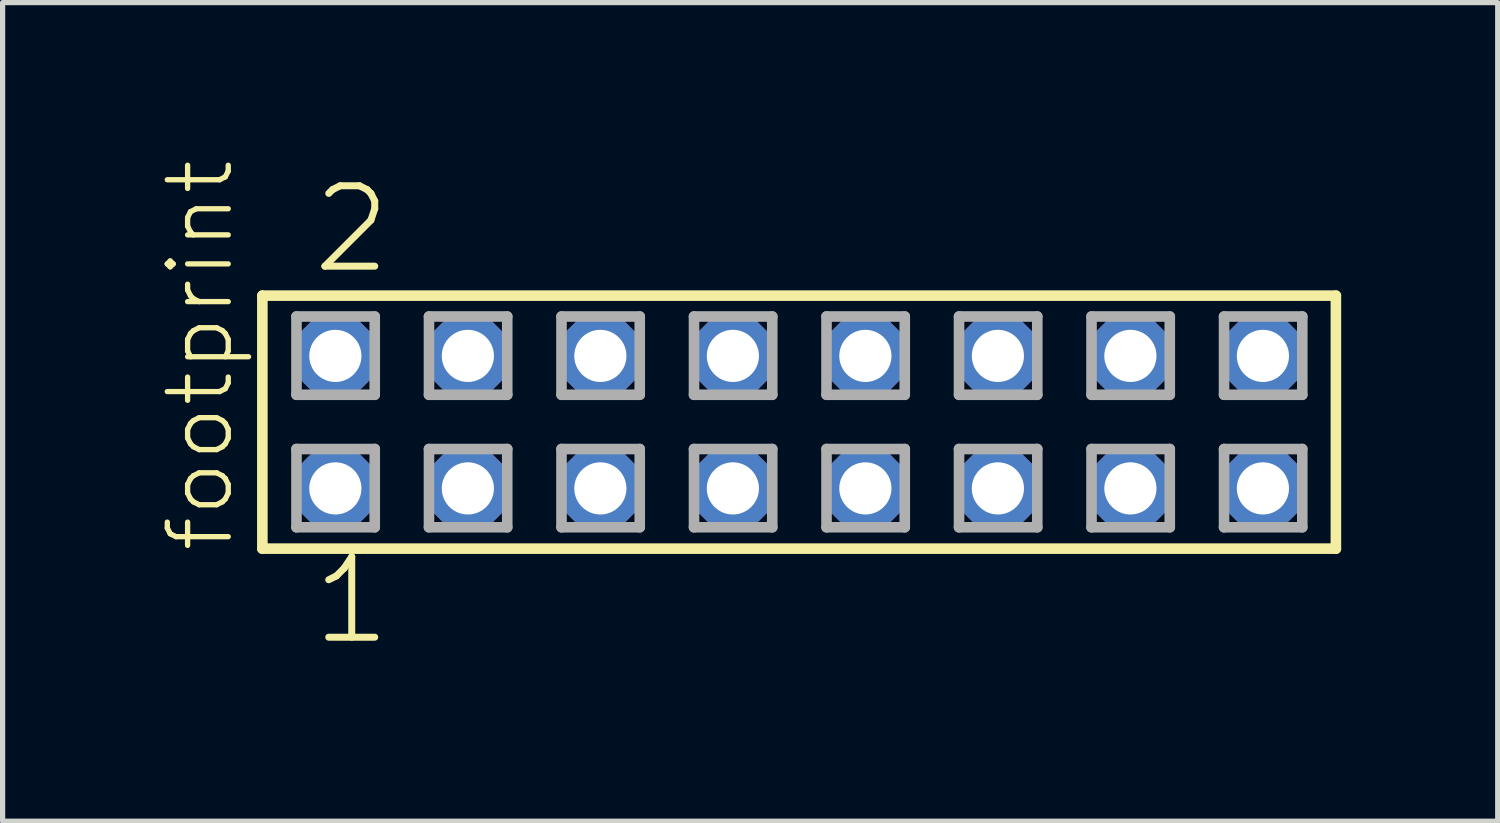
<source format=kicad_pcb>
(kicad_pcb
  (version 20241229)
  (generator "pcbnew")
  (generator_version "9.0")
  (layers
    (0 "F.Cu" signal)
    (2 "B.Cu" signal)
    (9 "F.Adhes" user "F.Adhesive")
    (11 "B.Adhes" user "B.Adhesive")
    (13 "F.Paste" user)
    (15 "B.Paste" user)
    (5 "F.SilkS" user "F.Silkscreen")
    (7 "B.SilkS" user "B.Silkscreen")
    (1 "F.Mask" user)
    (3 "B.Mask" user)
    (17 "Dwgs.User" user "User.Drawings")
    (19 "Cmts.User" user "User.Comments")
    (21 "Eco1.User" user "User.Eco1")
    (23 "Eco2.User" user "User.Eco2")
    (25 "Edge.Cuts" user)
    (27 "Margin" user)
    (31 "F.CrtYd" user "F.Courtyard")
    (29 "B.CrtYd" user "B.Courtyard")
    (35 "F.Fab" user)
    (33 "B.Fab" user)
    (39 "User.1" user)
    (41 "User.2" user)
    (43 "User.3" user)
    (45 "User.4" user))
  (footprint "footprint"
    (layer "F.Cu")
    (at 12.268 5.042)
    (property "Reference" "footprint" (at -10.795 2.54 90) (layer "F.SilkS") (effects (font (size 1.168 1.168) (thickness 0.102)) (justify left bottom)))
    (fp_line (start -10.289 -2.425) (end 10.289 -2.425) (stroke (width 0.203) (type solid)) (layer "F.SilkS"))
    (fp_line (start -10.289 2.425) (end -10.289 -2.425) (stroke (width 0.203) (type solid)) (layer "F.SilkS"))
    (fp_line (start 10.289 -2.425) (end 10.289 2.425) (stroke (width 0.203) (type solid)) (layer "F.SilkS"))
    (fp_line (start 10.289 2.425) (end -10.289 2.425) (stroke (width 0.203) (type solid)) (layer "F.SilkS"))
    (fp_line (start -9.635 -2.025) (end -8.135 -2.025) (stroke (width 0.203) (type solid)) (layer "F.Fab"))
    (fp_line (start -9.635 -0.525) (end -9.635 -2.025) (stroke (width 0.203) (type solid)) (layer "F.Fab"))
    (fp_line (start -9.635 0.515) (end -8.135 0.515) (stroke (width 0.203) (type solid)) (layer "F.Fab"))
    (fp_line (start -9.635 2.015) (end -9.635 0.515) (stroke (width 0.203) (type solid)) (layer "F.Fab"))
    (fp_line (start -8.135 -2.025) (end -8.135 -0.525) (stroke (width 0.203) (type solid)) (layer "F.Fab"))
    (fp_line (start -8.135 -0.525) (end -9.635 -0.525) (stroke (width 0.203) (type solid)) (layer "F.Fab"))
    (fp_line (start -8.135 0.515) (end -8.135 2.015) (stroke (width 0.203) (type solid)) (layer "F.Fab"))
    (fp_line (start -8.135 2.015) (end -9.635 2.015) (stroke (width 0.203) (type solid)) (layer "F.Fab"))
    (fp_line (start -7.095 -2.025) (end -5.595 -2.025) (stroke (width 0.203) (type solid)) (layer "F.Fab"))
    (fp_line (start -7.095 -0.525) (end -7.095 -2.025) (stroke (width 0.203) (type solid)) (layer "F.Fab"))
    (fp_line (start -7.095 0.515) (end -5.595 0.515) (stroke (width 0.203) (type solid)) (layer "F.Fab"))
    (fp_line (start -7.095 2.015) (end -7.095 0.515) (stroke (width 0.203) (type solid)) (layer "F.Fab"))
    (fp_line (start -5.595 -2.025) (end -5.595 -0.525) (stroke (width 0.203) (type solid)) (layer "F.Fab"))
    (fp_line (start -5.595 -0.525) (end -7.095 -0.525) (stroke (width 0.203) (type solid)) (layer "F.Fab"))
    (fp_line (start -5.595 0.515) (end -5.595 2.015) (stroke (width 0.203) (type solid)) (layer "F.Fab"))
    (fp_line (start -5.595 2.015) (end -7.095 2.015) (stroke (width 0.203) (type solid)) (layer "F.Fab"))
    (fp_line (start -4.555 -2.025) (end -3.055 -2.025) (stroke (width 0.203) (type solid)) (layer "F.Fab"))
    (fp_line (start -4.555 -0.525) (end -4.555 -2.025) (stroke (width 0.203) (type solid)) (layer "F.Fab"))
    (fp_line (start -4.555 0.515) (end -3.055 0.515) (stroke (width 0.203) (type solid)) (layer "F.Fab"))
    (fp_line (start -4.555 2.015) (end -4.555 0.515) (stroke (width 0.203) (type solid)) (layer "F.Fab"))
    (fp_line (start -3.055 -2.025) (end -3.055 -0.525) (stroke (width 0.203) (type solid)) (layer "F.Fab"))
    (fp_line (start -3.055 -0.525) (end -4.555 -0.525) (stroke (width 0.203) (type solid)) (layer "F.Fab"))
    (fp_line (start -3.055 0.515) (end -3.055 2.015) (stroke (width 0.203) (type solid)) (layer "F.Fab"))
    (fp_line (start -3.055 2.015) (end -4.555 2.015) (stroke (width 0.203) (type solid)) (layer "F.Fab"))
    (fp_line (start -2.015 -2.025) (end -0.515 -2.025) (stroke (width 0.203) (type solid)) (layer "F.Fab"))
    (fp_line (start -2.015 -0.525) (end -2.015 -2.025) (stroke (width 0.203) (type solid)) (layer "F.Fab"))
    (fp_line (start -2.015 0.515) (end -0.515 0.515) (stroke (width 0.203) (type solid)) (layer "F.Fab"))
    (fp_line (start -2.015 2.015) (end -2.015 0.515) (stroke (width 0.203) (type solid)) (layer "F.Fab"))
    (fp_line (start -0.515 -2.025) (end -0.515 -0.525) (stroke (width 0.203) (type solid)) (layer "F.Fab"))
    (fp_line (start -0.515 -0.525) (end -2.015 -0.525) (stroke (width 0.203) (type solid)) (layer "F.Fab"))
    (fp_line (start -0.515 0.515) (end -0.515 2.015) (stroke (width 0.203) (type solid)) (layer "F.Fab"))
    (fp_line (start -0.515 2.015) (end -2.015 2.015) (stroke (width 0.203) (type solid)) (layer "F.Fab"))
    (fp_line (start 0.525 -2.025) (end 2.025 -2.025) (stroke (width 0.203) (type solid)) (layer "F.Fab"))
    (fp_line (start 0.525 -0.525) (end 0.525 -2.025) (stroke (width 0.203) (type solid)) (layer "F.Fab"))
    (fp_line (start 0.525 0.515) (end 2.025 0.515) (stroke (width 0.203) (type solid)) (layer "F.Fab"))
    (fp_line (start 0.525 2.015) (end 0.525 0.515) (stroke (width 0.203) (type solid)) (layer "F.Fab"))
    (fp_line (start 2.025 -2.025) (end 2.025 -0.525) (stroke (width 0.203) (type solid)) (layer "F.Fab"))
    (fp_line (start 2.025 -0.525) (end 0.525 -0.525) (stroke (width 0.203) (type solid)) (layer "F.Fab"))
    (fp_line (start 2.025 0.515) (end 2.025 2.015) (stroke (width 0.203) (type solid)) (layer "F.Fab"))
    (fp_line (start 2.025 2.015) (end 0.525 2.015) (stroke (width 0.203) (type solid)) (layer "F.Fab"))
    (fp_line (start 3.065 -2.025) (end 4.565 -2.025) (stroke (width 0.203) (type solid)) (layer "F.Fab"))
    (fp_line (start 3.065 -0.525) (end 3.065 -2.025) (stroke (width 0.203) (type solid)) (layer "F.Fab"))
    (fp_line (start 3.065 0.515) (end 4.565 0.515) (stroke (width 0.203) (type solid)) (layer "F.Fab"))
    (fp_line (start 3.065 2.015) (end 3.065 0.515) (stroke (width 0.203) (type solid)) (layer "F.Fab"))
    (fp_line (start 4.565 -2.025) (end 4.565 -0.525) (stroke (width 0.203) (type solid)) (layer "F.Fab"))
    (fp_line (start 4.565 -0.525) (end 3.065 -0.525) (stroke (width 0.203) (type solid)) (layer "F.Fab"))
    (fp_line (start 4.565 0.515) (end 4.565 2.015) (stroke (width 0.203) (type solid)) (layer "F.Fab"))
    (fp_line (start 4.565 2.015) (end 3.065 2.015) (stroke (width 0.203) (type solid)) (layer "F.Fab"))
    (fp_line (start 5.605 -2.025) (end 7.105 -2.025) (stroke (width 0.203) (type solid)) (layer "F.Fab"))
    (fp_line (start 5.605 -0.525) (end 5.605 -2.025) (stroke (width 0.203) (type solid)) (layer "F.Fab"))
    (fp_line (start 5.605 0.515) (end 7.105 0.515) (stroke (width 0.203) (type solid)) (layer "F.Fab"))
    (fp_line (start 5.605 2.015) (end 5.605 0.515) (stroke (width 0.203) (type solid)) (layer "F.Fab"))
    (fp_line (start 7.105 -2.025) (end 7.105 -0.525) (stroke (width 0.203) (type solid)) (layer "F.Fab"))
    (fp_line (start 7.105 -0.525) (end 5.605 -0.525) (stroke (width 0.203) (type solid)) (layer "F.Fab"))
    (fp_line (start 7.105 0.515) (end 7.105 2.015) (stroke (width 0.203) (type solid)) (layer "F.Fab"))
    (fp_line (start 7.105 2.015) (end 5.605 2.015) (stroke (width 0.203) (type solid)) (layer "F.Fab"))
    (fp_line (start 8.145 -2.025) (end 9.645 -2.025) (stroke (width 0.203) (type solid)) (layer "F.Fab"))
    (fp_line (start 8.145 -0.525) (end 8.145 -2.025) (stroke (width 0.203) (type solid)) (layer "F.Fab"))
    (fp_line (start 8.145 0.515) (end 9.645 0.515) (stroke (width 0.203) (type solid)) (layer "F.Fab"))
    (fp_line (start 8.145 2.015) (end 8.145 0.515) (stroke (width 0.203) (type solid)) (layer "F.Fab"))
    (fp_line (start 9.645 -2.025) (end 9.645 -0.525) (stroke (width 0.203) (type solid)) (layer "F.Fab"))
    (fp_line (start 9.645 -0.525) (end 8.145 -0.525) (stroke (width 0.203) (type solid)) (layer "F.Fab"))
    (fp_line (start 9.645 0.515) (end 9.645 2.015) (stroke (width 0.203) (type solid)) (layer "F.Fab"))
    (fp_line (start 9.645 2.015) (end 8.145 2.015) (stroke (width 0.203) (type solid)) (layer "F.Fab"))
    (fp_text user "1" (at -9.398 4.318 0) (layer "F.SilkS") (effects (font (size 1.542 1.542) (thickness 0.134)) (justify left bottom)))
    (fp_text user "2" (at -9.398 -2.794 0) (layer "F.SilkS") (effects (font (size 1.542 1.542) (thickness 0.134)) (justify left bottom)))
    (pad "1" thru_hole roundrect (at -8.89 1.27) (size 1.5 1.5) (drill 1) (layers "*.Cu" "*.Mask") (roundrect_rratio 0.25) (chamfer_ratio 0.25) (chamfer top_left top_right bottom_left bottom_right))
    (pad "2" thru_hole roundrect (at -8.89 -1.27) (size 1.5 1.5) (drill 1) (layers "*.Cu" "*.Mask") (roundrect_rratio 0.25) (chamfer_ratio 0.25) (chamfer top_left top_right bottom_left bottom_right))
    (pad "3" thru_hole roundrect (at -6.35 1.27) (size 1.5 1.5) (drill 1) (layers "*.Cu" "*.Mask") (roundrect_rratio 0.25) (chamfer_ratio 0.25) (chamfer top_left top_right bottom_left bottom_right))
    (pad "4" thru_hole roundrect (at -6.35 -1.27) (size 1.5 1.5) (drill 1) (layers "*.Cu" "*.Mask") (roundrect_rratio 0.25) (chamfer_ratio 0.25) (chamfer top_left top_right bottom_left bottom_right))
    (pad "5" thru_hole roundrect (at -3.81 1.27) (size 1.5 1.5) (drill 1) (layers "*.Cu" "*.Mask") (roundrect_rratio 0.25) (chamfer_ratio 0.25) (chamfer top_left top_right bottom_left bottom_right))
    (pad "6" thru_hole roundrect (at -3.81 -1.27) (size 1.5 1.5) (drill 1) (layers "*.Cu" "*.Mask") (roundrect_rratio 0.25) (chamfer_ratio 0.25) (chamfer top_left top_right bottom_left bottom_right))
    (pad "7" thru_hole roundrect (at -1.27 1.27) (size 1.5 1.5) (drill 1) (layers "*.Cu" "*.Mask") (roundrect_rratio 0.25) (chamfer_ratio 0.25) (chamfer top_left top_right bottom_left bottom_right))
    (pad "8" thru_hole roundrect (at -1.27 -1.27) (size 1.5 1.5) (drill 1) (layers "*.Cu" "*.Mask") (roundrect_rratio 0.25) (chamfer_ratio 0.25) (chamfer top_left top_right bottom_left bottom_right))
    (pad "9" thru_hole roundrect (at 1.27 1.27) (size 1.5 1.5) (drill 1) (layers "*.Cu" "*.Mask") (roundrect_rratio 0.25) (chamfer_ratio 0.25) (chamfer top_left top_right bottom_left bottom_right))
    (pad "10" thru_hole roundrect (at 1.27 -1.27) (size 1.5 1.5) (drill 1) (layers "*.Cu" "*.Mask") (roundrect_rratio 0.25) (chamfer_ratio 0.25) (chamfer top_left top_right bottom_left bottom_right))
    (pad "11" thru_hole roundrect (at 3.81 1.27) (size 1.5 1.5) (drill 1) (layers "*.Cu" "*.Mask") (roundrect_rratio 0.25) (chamfer_ratio 0.25) (chamfer top_left top_right bottom_left bottom_right))
    (pad "12" thru_hole roundrect (at 3.81 -1.27) (size 1.5 1.5) (drill 1) (layers "*.Cu" "*.Mask") (roundrect_rratio 0.25) (chamfer_ratio 0.25) (chamfer top_left top_right bottom_left bottom_right))
    (pad "13" thru_hole roundrect (at 6.35 1.27) (size 1.5 1.5) (drill 1) (layers "*.Cu" "*.Mask") (roundrect_rratio 0.25) (chamfer_ratio 0.25) (chamfer top_left top_right bottom_left bottom_right))
    (pad "14" thru_hole roundrect (at 6.35 -1.27) (size 1.5 1.5) (drill 1) (layers "*.Cu" "*.Mask") (roundrect_rratio 0.25) (chamfer_ratio 0.25) (chamfer top_left top_right bottom_left bottom_right))
    (pad "15" thru_hole roundrect (at 8.89 1.27) (size 1.5 1.5) (drill 1) (layers "*.Cu" "*.Mask") (roundrect_rratio 0.25) (chamfer_ratio 0.25) (chamfer top_left top_right bottom_left bottom_right))
    (pad "16" thru_hole roundrect (at 8.89 -1.27) (size 1.5 1.5) (drill 1) (layers "*.Cu" "*.Mask") (roundrect_rratio 0.25) (chamfer_ratio 0.25) (chamfer top_left top_right bottom_left bottom_right)))
  (gr_rect
    (start -3 -3)
    (end 25.659 12.691)
    (stroke (width 0.1) (type default))
    (fill no)
    (layer "Edge.Cuts")))
</source>
